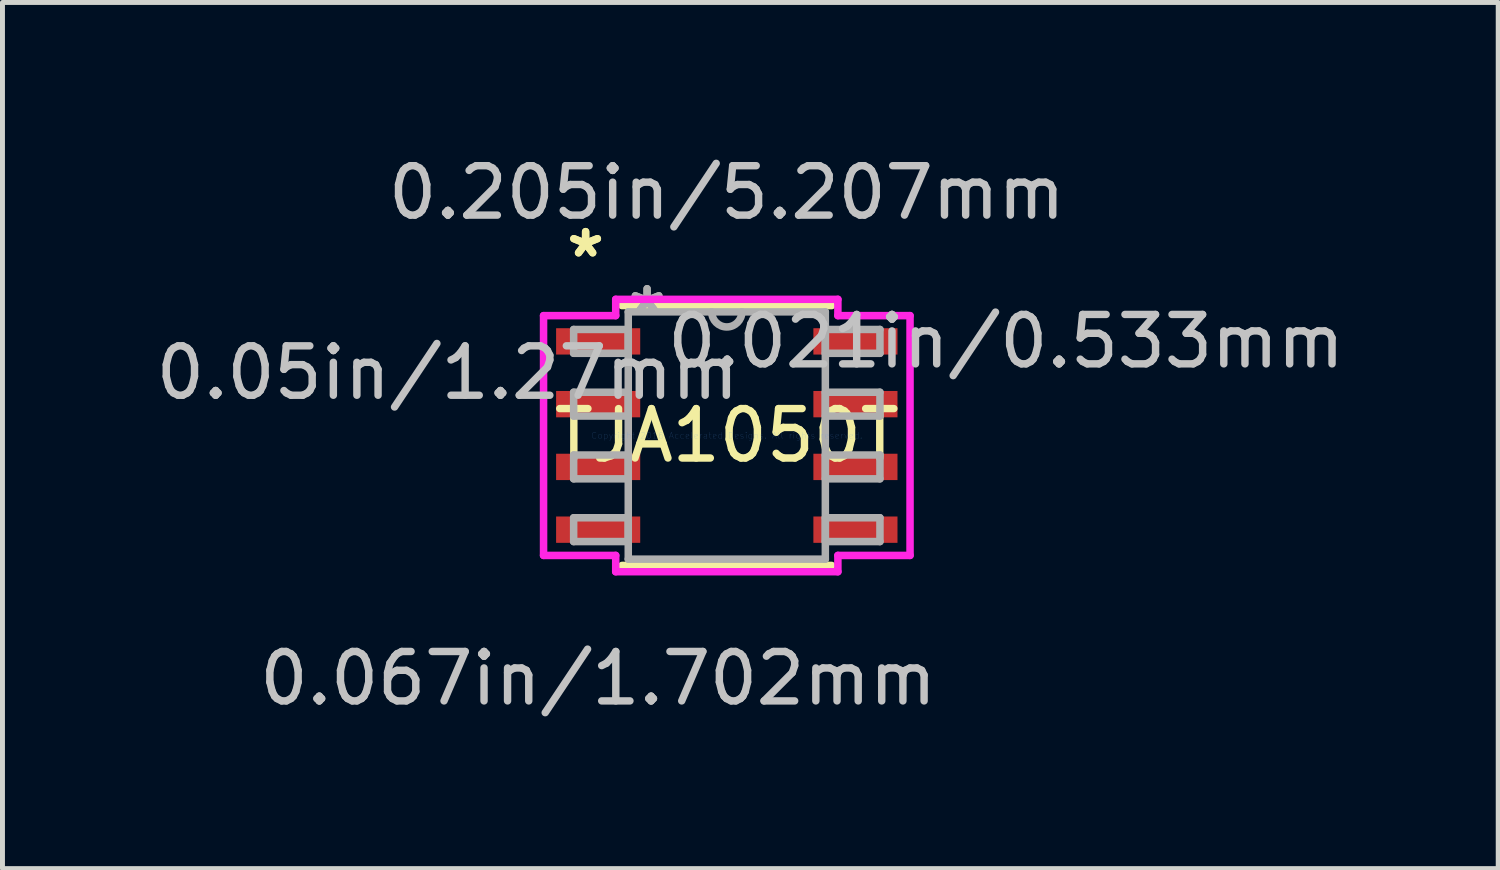
<source format=kicad_pcb>
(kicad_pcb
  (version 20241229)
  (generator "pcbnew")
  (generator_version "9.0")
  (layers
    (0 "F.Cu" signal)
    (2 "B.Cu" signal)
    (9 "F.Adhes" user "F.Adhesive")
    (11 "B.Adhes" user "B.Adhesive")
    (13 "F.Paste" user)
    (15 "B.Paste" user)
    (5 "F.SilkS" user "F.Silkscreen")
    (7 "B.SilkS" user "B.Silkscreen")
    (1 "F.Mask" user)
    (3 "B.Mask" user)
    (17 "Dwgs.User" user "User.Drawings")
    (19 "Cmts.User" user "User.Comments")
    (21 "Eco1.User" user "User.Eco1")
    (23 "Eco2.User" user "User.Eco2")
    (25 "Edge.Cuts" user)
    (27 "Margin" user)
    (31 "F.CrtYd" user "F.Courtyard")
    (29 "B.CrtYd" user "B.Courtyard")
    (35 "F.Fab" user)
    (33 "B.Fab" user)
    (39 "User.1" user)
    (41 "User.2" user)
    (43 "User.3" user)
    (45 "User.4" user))
  (footprint "TJA1050T"
    (layer "F.Cu")
    (at 11.657 5.763)
    (property "Reference" "TJA1050T" (at 0 0 0) (layer "F.SilkS") (effects (font (size 1 1) (thickness 0.15))))
    (attr through_hole)
    (fp_line (start -2.121 2.629) (end 2.121 2.629) (stroke (width 0.152) (type solid)) (layer "F.SilkS"))
    (fp_line (start 2.121 -2.629) (end -2.121 -2.629) (stroke (width 0.152) (type solid)) (layer "F.SilkS"))
    (fp_line (start -3.708 -2.426) (end -2.248 -2.426) (stroke (width 0.152) (type solid)) (layer "F.CrtYd"))
    (fp_line (start -3.708 2.426) (end -3.708 -2.426) (stroke (width 0.152) (type solid)) (layer "F.CrtYd"))
    (fp_line (start -2.248 -2.756) (end 2.248 -2.756) (stroke (width 0.152) (type solid)) (layer "F.CrtYd"))
    (fp_line (start -2.248 -2.426) (end -2.248 -2.756) (stroke (width 0.152) (type solid)) (layer "F.CrtYd"))
    (fp_line (start -2.248 2.426) (end -3.708 2.426) (stroke (width 0.152) (type solid)) (layer "F.CrtYd"))
    (fp_line (start -2.248 2.756) (end -2.248 2.426) (stroke (width 0.152) (type solid)) (layer "F.CrtYd"))
    (fp_line (start 2.248 -2.756) (end 2.248 -2.426) (stroke (width 0.152) (type solid)) (layer "F.CrtYd"))
    (fp_line (start 2.248 -2.426) (end 3.708 -2.426) (stroke (width 0.152) (type solid)) (layer "F.CrtYd"))
    (fp_line (start 2.248 2.426) (end 2.248 2.756) (stroke (width 0.152) (type solid)) (layer "F.CrtYd"))
    (fp_line (start 2.248 2.756) (end -2.248 2.756) (stroke (width 0.152) (type solid)) (layer "F.CrtYd"))
    (fp_line (start 3.708 -2.426) (end 3.708 2.426) (stroke (width 0.152) (type solid)) (layer "F.CrtYd"))
    (fp_line (start 3.708 2.426) (end 2.248 2.426) (stroke (width 0.152) (type solid)) (layer "F.CrtYd"))
    (fp_line (start -3.099 -2.146) (end -3.099 -1.664) (stroke (width 0.152) (type solid)) (layer "F.Fab"))
    (fp_line (start -3.099 -1.664) (end -1.994 -1.664) (stroke (width 0.152) (type solid)) (layer "F.Fab"))
    (fp_line (start -3.099 -0.876) (end -3.099 -0.394) (stroke (width 0.152) (type solid)) (layer "F.Fab"))
    (fp_line (start -3.099 -0.394) (end -1.994 -0.394) (stroke (width 0.152) (type solid)) (layer "F.Fab"))
    (fp_line (start -3.099 0.394) (end -3.099 0.876) (stroke (width 0.152) (type solid)) (layer "F.Fab"))
    (fp_line (start -3.099 0.876) (end -1.994 0.876) (stroke (width 0.152) (type solid)) (layer "F.Fab"))
    (fp_line (start -3.099 1.664) (end -3.099 2.146) (stroke (width 0.152) (type solid)) (layer "F.Fab"))
    (fp_line (start -3.099 2.146) (end -1.994 2.146) (stroke (width 0.152) (type solid)) (layer "F.Fab"))
    (fp_line (start -1.994 -2.502) (end -1.994 2.502) (stroke (width 0.152) (type solid)) (layer "F.Fab"))
    (fp_line (start -1.994 -2.146) (end -3.099 -2.146) (stroke (width 0.152) (type solid)) (layer "F.Fab"))
    (fp_line (start -1.994 -1.664) (end -1.994 -2.146) (stroke (width 0.152) (type solid)) (layer "F.Fab"))
    (fp_line (start -1.994 -0.876) (end -3.099 -0.876) (stroke (width 0.152) (type solid)) (layer "F.Fab"))
    (fp_line (start -1.994 -0.394) (end -1.994 -0.876) (stroke (width 0.152) (type solid)) (layer "F.Fab"))
    (fp_line (start -1.994 0.394) (end -3.099 0.394) (stroke (width 0.152) (type solid)) (layer "F.Fab"))
    (fp_line (start -1.994 0.876) (end -1.994 0.394) (stroke (width 0.152) (type solid)) (layer "F.Fab"))
    (fp_line (start -1.994 1.664) (end -3.099 1.664) (stroke (width 0.152) (type solid)) (layer "F.Fab"))
    (fp_line (start -1.994 2.146) (end -1.994 1.664) (stroke (width 0.152) (type solid)) (layer "F.Fab"))
    (fp_line (start -1.994 2.502) (end 1.994 2.502) (stroke (width 0.152) (type solid)) (layer "F.Fab"))
    (fp_line (start 1.994 -2.502) (end -1.994 -2.502) (stroke (width 0.152) (type solid)) (layer "F.Fab"))
    (fp_line (start 1.994 -2.146) (end 1.994 -1.664) (stroke (width 0.152) (type solid)) (layer "F.Fab"))
    (fp_line (start 1.994 -1.664) (end 3.099 -1.664) (stroke (width 0.152) (type solid)) (layer "F.Fab"))
    (fp_line (start 1.994 -0.876) (end 1.994 -0.394) (stroke (width 0.152) (type solid)) (layer "F.Fab"))
    (fp_line (start 1.994 -0.394) (end 3.099 -0.394) (stroke (width 0.152) (type solid)) (layer "F.Fab"))
    (fp_line (start 1.994 0.394) (end 1.994 0.876) (stroke (width 0.152) (type solid)) (layer "F.Fab"))
    (fp_line (start 1.994 0.876) (end 3.099 0.876) (stroke (width 0.152) (type solid)) (layer "F.Fab"))
    (fp_line (start 1.994 1.664) (end 1.994 2.146) (stroke (width 0.152) (type solid)) (layer "F.Fab"))
    (fp_line (start 1.994 2.146) (end 3.099 2.146) (stroke (width 0.152) (type solid)) (layer "F.Fab"))
    (fp_line (start 1.994 2.502) (end 1.994 -2.502) (stroke (width 0.152) (type solid)) (layer "F.Fab"))
    (fp_line (start 3.099 -2.146) (end 1.994 -2.146) (stroke (width 0.152) (type solid)) (layer "F.Fab"))
    (fp_line (start 3.099 -1.664) (end 3.099 -2.146) (stroke (width 0.152) (type solid)) (layer "F.Fab"))
    (fp_line (start 3.099 -0.876) (end 1.994 -0.876) (stroke (width 0.152) (type solid)) (layer "F.Fab"))
    (fp_line (start 3.099 -0.394) (end 3.099 -0.876) (stroke (width 0.152) (type solid)) (layer "F.Fab"))
    (fp_line (start 3.099 0.394) (end 1.994 0.394) (stroke (width 0.152) (type solid)) (layer "F.Fab"))
    (fp_line (start 3.099 0.876) (end 3.099 0.394) (stroke (width 0.152) (type solid)) (layer "F.Fab"))
    (fp_line (start 3.099 1.664) (end 1.994 1.664) (stroke (width 0.152) (type solid)) (layer "F.Fab"))
    (fp_line (start 3.099 2.146) (end 3.099 1.664) (stroke (width 0.152) (type solid)) (layer "F.Fab"))
    (fp_arc (start 0.3048 -2.5019) (mid 0 -2.1971) (end -0.3048 -2.5019) (stroke (width 0.1524) (type solid)) (layer "F.Fab"))
    (fp_text user "*" (at -2.857 -3.581 0) (layer "F.SilkS") (effects (font (size 1 1) (thickness 0.15))))
    (fp_text user "*" (at -2.857 -3.581 0) (layer "F.SilkS") (effects (font (size 1 1) (thickness 0.15))))
    (fp_text user "0.05in/1.27mm" (at -5.652 -1.27 0) (layer "Dwgs.User") (effects (font (size 1 1) (thickness 0.15))))
    (fp_text user "0.067in/1.702mm" (at -2.603 4.915 0) (layer "Dwgs.User") (effects (font (size 1 1) (thickness 0.15))))
    (fp_text user "0.021in/0.533mm" (at 5.652 -1.905 0) (layer "Dwgs.User") (effects (font (size 1 1) (thickness 0.15))))
    (fp_text user "0.205in/5.207mm" (at 0 -4.915 0) (layer "Dwgs.User") (effects (font (size 1 1) (thickness 0.15))))
    (fp_text user "Copyright 2016 Accelerated Designs. All rights reserved." (at 0 0 0) (layer "Cmts.User") (effects (font (size 0.127 0.127) (thickness 0.002))))
    (fp_text user "*" (at -1.613 -2.426 0) (layer "F.Fab") (effects (font (size 1 1) (thickness 0.15))))
    (fp_text user "*" (at -1.613 -2.426 0) (layer "F.Fab") (effects (font (size 1 1) (thickness 0.15))))
    (pad "1" smd rect (at -2.603 -1.905) (size 1.702 0.533) (layers "F.Cu" "F.Mask" "F.Paste"))
    (pad "2" smd rect (at -2.603 -0.635) (size 1.702 0.533) (layers "F.Cu" "F.Mask" "F.Paste"))
    (pad "3" smd rect (at -2.603 0.635) (size 1.702 0.533) (layers "F.Cu" "F.Mask" "F.Paste"))
    (pad "4" smd rect (at -2.603 1.905) (size 1.702 0.533) (layers "F.Cu" "F.Mask" "F.Paste"))
    (pad "5" smd rect (at 2.603 1.905) (size 1.702 0.533) (layers "F.Cu" "F.Mask" "F.Paste"))
    (pad "6" smd rect (at 2.603 0.635) (size 1.702 0.533) (layers "F.Cu" "F.Mask" "F.Paste"))
    (pad "7" smd rect (at 2.603 -0.635) (size 1.702 0.533) (layers "F.Cu" "F.Mask" "F.Paste"))
    (pad "8" smd rect (at 2.603 -1.905) (size 1.702 0.533) (layers "F.Cu" "F.Mask" "F.Paste")))
  (gr_rect
    (start -3 -3)
    (end 27.267 14.526)
    (stroke (width 0.1) (type default))
    (fill no)
    (layer "Edge.Cuts")))
</source>
